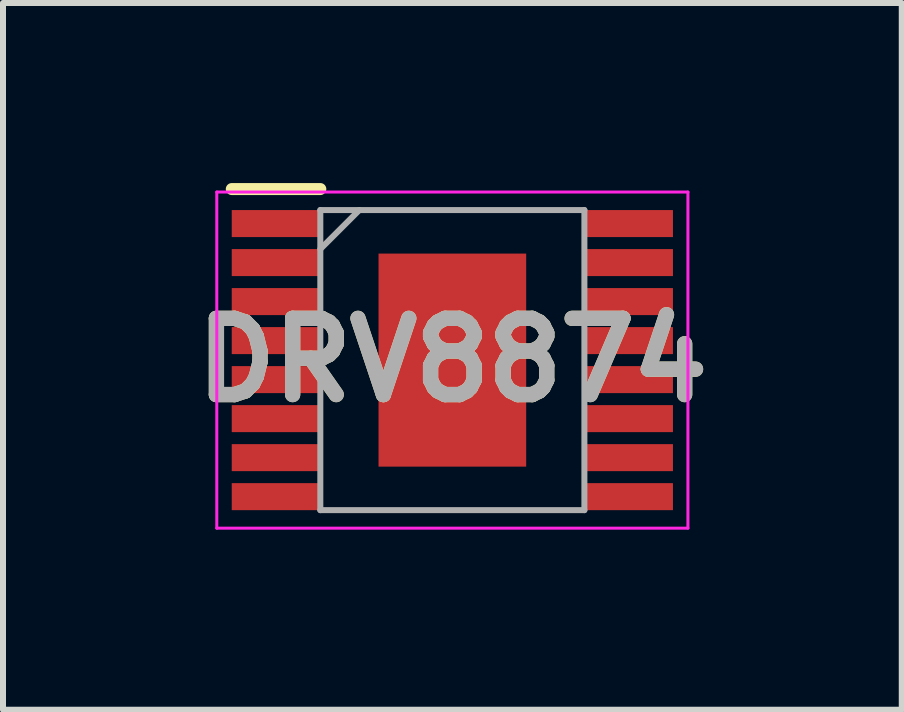
<source format=kicad_pcb>
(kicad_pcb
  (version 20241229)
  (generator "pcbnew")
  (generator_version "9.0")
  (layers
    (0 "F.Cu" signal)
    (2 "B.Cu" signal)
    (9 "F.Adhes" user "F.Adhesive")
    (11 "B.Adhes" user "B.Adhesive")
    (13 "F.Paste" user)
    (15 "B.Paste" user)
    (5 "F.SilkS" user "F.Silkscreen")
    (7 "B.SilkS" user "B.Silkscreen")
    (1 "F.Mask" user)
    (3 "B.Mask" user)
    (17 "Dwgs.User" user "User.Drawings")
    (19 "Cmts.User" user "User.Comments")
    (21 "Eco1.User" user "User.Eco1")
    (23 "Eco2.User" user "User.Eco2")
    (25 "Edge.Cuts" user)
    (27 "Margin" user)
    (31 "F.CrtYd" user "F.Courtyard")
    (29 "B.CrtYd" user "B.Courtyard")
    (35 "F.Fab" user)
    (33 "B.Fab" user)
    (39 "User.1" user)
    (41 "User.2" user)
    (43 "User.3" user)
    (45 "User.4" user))
  (footprint "DRV8874"
    (layer "F.Cu")
    (at 4.487 2.95)
    (property "Reference" "DRV8874" (at 0 0 0) (layer "F.SilkS") (effects (font (size 1.27 1.27) (thickness 0.254))))
    (attr smd)
    (fp_line (start -3.675 -2.85) (end -2.2 -2.85) (stroke (width 0.2) (type solid)) (layer "F.SilkS"))
    (fp_line (start -3.925 -2.8) (end 3.925 -2.8) (stroke (width 0.05) (type solid)) (layer "F.CrtYd"))
    (fp_line (start -3.925 2.8) (end -3.925 -2.8) (stroke (width 0.05) (type solid)) (layer "F.CrtYd"))
    (fp_line (start 3.925 -2.8) (end 3.925 2.8) (stroke (width 0.05) (type solid)) (layer "F.CrtYd"))
    (fp_line (start 3.925 2.8) (end -3.925 2.8) (stroke (width 0.05) (type solid)) (layer "F.CrtYd"))
    (fp_line (start -2.2 -2.5) (end 2.2 -2.5) (stroke (width 0.1) (type solid)) (layer "F.Fab"))
    (fp_line (start -2.2 -1.85) (end -1.55 -2.5) (stroke (width 0.1) (type solid)) (layer "F.Fab"))
    (fp_line (start -2.2 2.5) (end -2.2 -2.5) (stroke (width 0.1) (type solid)) (layer "F.Fab"))
    (fp_line (start 2.2 -2.5) (end 2.2 2.5) (stroke (width 0.1) (type solid)) (layer "F.Fab"))
    (fp_line (start 2.2 2.5) (end -2.2 2.5) (stroke (width 0.1) (type solid)) (layer "F.Fab"))
    (fp_text user "${REFERENCE}" (at 0 0 0) (layer "F.Fab") (effects (font (size 1.27 1.27) (thickness 0.254))))
    (pad "1" smd rect (at -2.938 -2.275 90) (size 0.45 1.475) (layers "F.Cu" "F.Mask" "F.Paste"))
    (pad "2" smd rect (at -2.938 -1.625 90) (size 0.45 1.475) (layers "F.Cu" "F.Mask" "F.Paste"))
    (pad "3" smd rect (at -2.938 -0.975 90) (size 0.45 1.475) (layers "F.Cu" "F.Mask" "F.Paste"))
    (pad "4" smd rect (at -2.938 -0.325 90) (size 0.45 1.475) (layers "F.Cu" "F.Mask" "F.Paste"))
    (pad "5" smd rect (at -2.938 0.325 90) (size 0.45 1.475) (layers "F.Cu" "F.Mask" "F.Paste"))
    (pad "6" smd rect (at -2.938 0.975 90) (size 0.45 1.475) (layers "F.Cu" "F.Mask" "F.Paste"))
    (pad "7" smd rect (at -2.938 1.625 90) (size 0.45 1.475) (layers "F.Cu" "F.Mask" "F.Paste"))
    (pad "8" smd rect (at -2.938 2.275 90) (size 0.45 1.475) (layers "F.Cu" "F.Mask" "F.Paste"))
    (pad "9" smd rect (at 2.938 2.275 90) (size 0.45 1.475) (layers "F.Cu" "F.Mask" "F.Paste"))
    (pad "10" smd rect (at 2.938 1.625 90) (size 0.45 1.475) (layers "F.Cu" "F.Mask" "F.Paste"))
    (pad "11" smd rect (at 2.938 0.975 90) (size 0.45 1.475) (layers "F.Cu" "F.Mask" "F.Paste"))
    (pad "12" smd rect (at 2.938 0.325 90) (size 0.45 1.475) (layers "F.Cu" "F.Mask" "F.Paste"))
    (pad "13" smd rect (at 2.938 -0.325 90) (size 0.45 1.475) (layers "F.Cu" "F.Mask" "F.Paste"))
    (pad "14" smd rect (at 2.938 -0.975 90) (size 0.45 1.475) (layers "F.Cu" "F.Mask" "F.Paste"))
    (pad "15" smd rect (at 2.938 -1.625 90) (size 0.45 1.475) (layers "F.Cu" "F.Mask" "F.Paste"))
    (pad "16" smd rect (at 2.938 -2.275 90) (size 0.45 1.475) (layers "F.Cu" "F.Mask" "F.Paste"))
    (pad "17" smd rect (at 0 0) (size 2.46 3.55) (layers "F.Cu" "F.Mask" "F.Paste")))
  (gr_rect
    (start -3 -3)
    (end 11.975 8.775)
    (stroke (width 0.1) (type default))
    (fill no)
    (layer "Edge.Cuts")))
</source>
